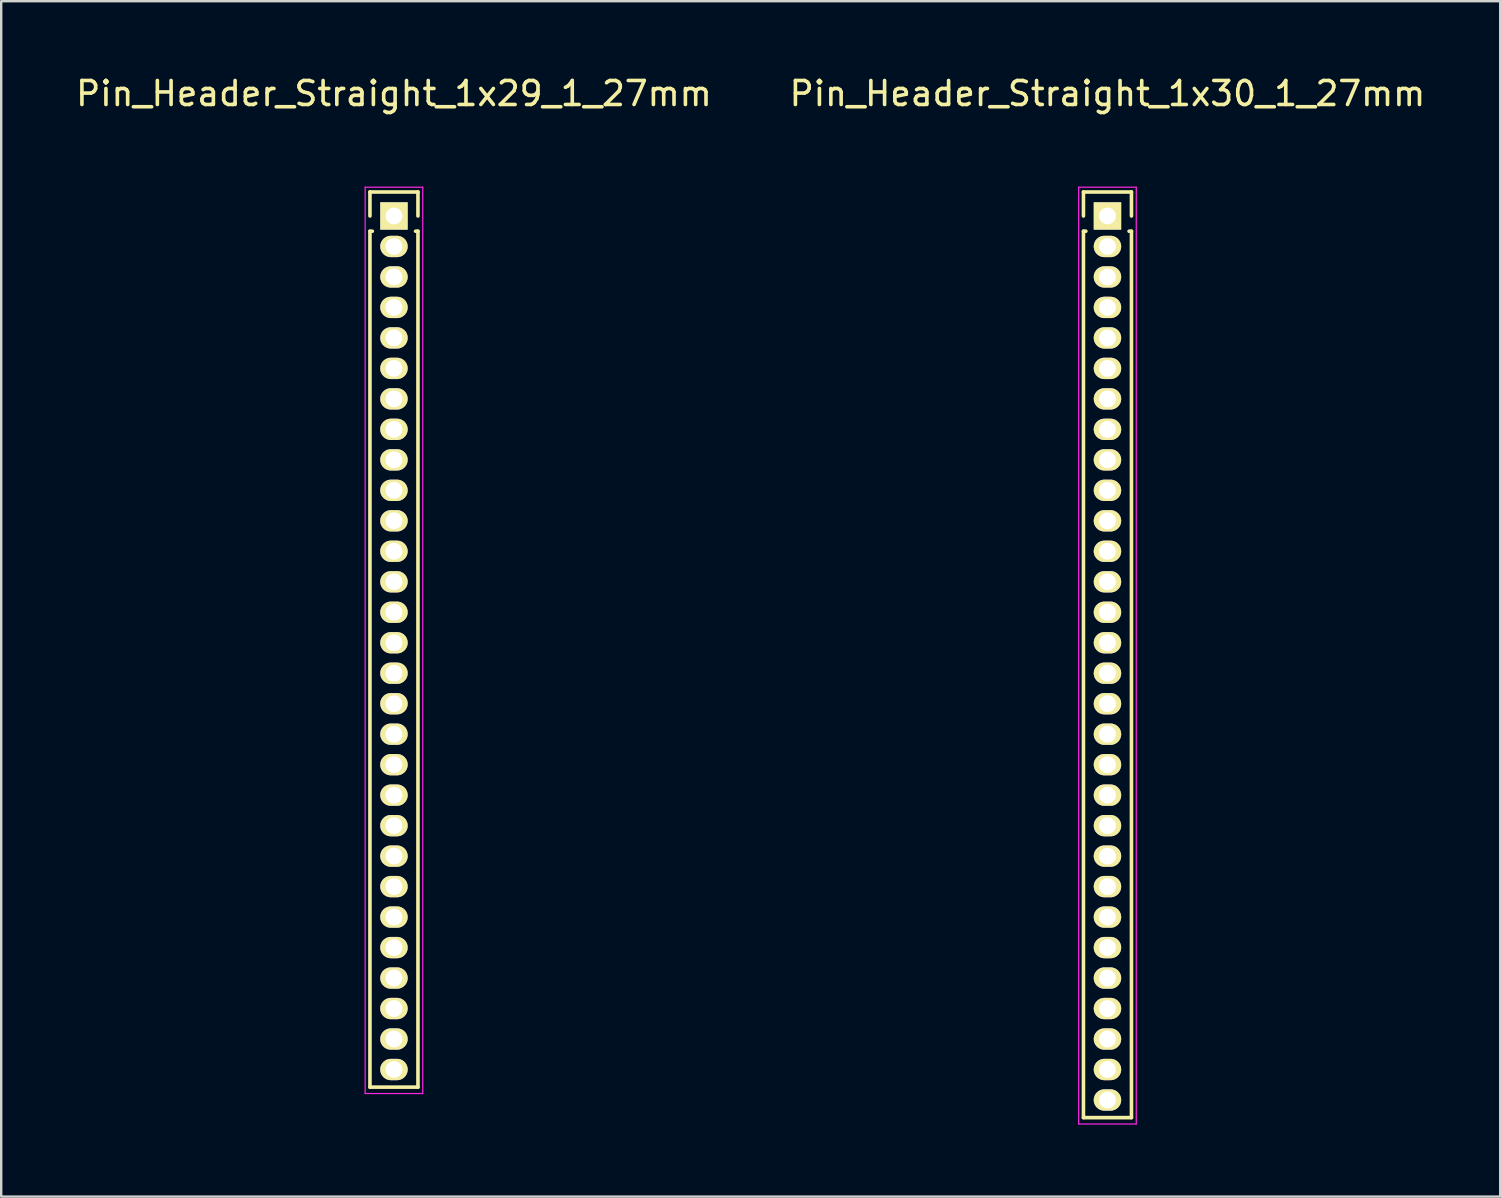
<source format=kicad_pcb>
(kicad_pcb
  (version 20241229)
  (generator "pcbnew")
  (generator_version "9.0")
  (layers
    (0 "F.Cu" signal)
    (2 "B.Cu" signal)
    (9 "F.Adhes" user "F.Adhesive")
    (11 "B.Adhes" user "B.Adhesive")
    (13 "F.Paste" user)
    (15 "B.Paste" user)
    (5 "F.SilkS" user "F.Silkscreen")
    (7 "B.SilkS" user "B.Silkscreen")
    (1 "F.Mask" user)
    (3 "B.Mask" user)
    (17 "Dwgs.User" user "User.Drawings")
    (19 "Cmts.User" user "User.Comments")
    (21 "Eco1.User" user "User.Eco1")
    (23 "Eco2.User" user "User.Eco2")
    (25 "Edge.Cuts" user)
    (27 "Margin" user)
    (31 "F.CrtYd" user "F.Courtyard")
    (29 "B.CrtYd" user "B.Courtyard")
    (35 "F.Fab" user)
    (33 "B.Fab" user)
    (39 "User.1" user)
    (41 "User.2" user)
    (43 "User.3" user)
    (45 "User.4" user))
  (footprint "Pin_Header_Straight_1x29_1_27mm"
    (layer "F.Cu")
    (at 13.363 5.948)
    (property "Reference" "Pin_Header_Straight_1x29_1_27mm" (at 0 -5.1 0) (layer "F.SilkS") (effects (font (size 1 1) (thickness 0.15))))
    (attr through_hole)
    (fp_line (start -1 -1) (end 1 -1) (stroke (width 0.15) (type solid)) (layer "F.SilkS"))
    (fp_line (start -1 0) (end -1 -1) (stroke (width 0.15) (type solid)) (layer "F.SilkS"))
    (fp_line (start -1 0.635) (end -1 36.295) (stroke (width 0.15) (type solid)) (layer "F.SilkS"))
    (fp_line (start -1 36.295) (end 1 36.295) (stroke (width 0.15) (type solid)) (layer "F.SilkS"))
    (fp_line (start -0.9 0.635) (end -1 0.635) (stroke (width 0.15) (type solid)) (layer "F.SilkS"))
    (fp_line (start 0.9 0.635) (end 1 0.635) (stroke (width 0.15) (type solid)) (layer "F.SilkS"))
    (fp_line (start 1 -1) (end 1 0) (stroke (width 0.15) (type solid)) (layer "F.SilkS"))
    (fp_line (start 1 0.635) (end 1 36.295) (stroke (width 0.15) (type solid)) (layer "F.SilkS"))
    (fp_line (start -1.2 -1.2) (end -1.2 36.56) (stroke (width 0.05) (type solid)) (layer "F.CrtYd"))
    (fp_line (start -1.2 -1.2) (end 1.2 -1.2) (stroke (width 0.05) (type solid)) (layer "F.CrtYd"))
    (fp_line (start -1.2 36.56) (end 1.2 36.56) (stroke (width 0.05) (type solid)) (layer "F.CrtYd"))
    (fp_line (start 1.2 -1.2) (end 1.2 36.56) (stroke (width 0.05) (type solid)) (layer "F.CrtYd"))
    (pad "1" thru_hole rect (at 0 0) (size 1.143 1.143) (drill 0.7) (layers "*.Cu" "*.Mask" "F.SilkS"))
    (pad "2" thru_hole oval (at 0 1.27) (size 1.143 0.889) (drill 0.7) (layers "*.Cu" "*.Mask" "F.SilkS"))
    (pad "3" thru_hole oval (at 0 2.54) (size 1.143 0.889) (drill 0.7) (layers "*.Cu" "*.Mask" "F.SilkS"))
    (pad "4" thru_hole oval (at 0 3.81) (size 1.143 0.889) (drill 0.7) (layers "*.Cu" "*.Mask" "F.SilkS"))
    (pad "5" thru_hole oval (at 0 5.08) (size 1.143 0.889) (drill 0.7) (layers "*.Cu" "*.Mask" "F.SilkS"))
    (pad "6" thru_hole oval (at 0 6.35) (size 1.143 0.889) (drill 0.7) (layers "*.Cu" "*.Mask" "F.SilkS"))
    (pad "7" thru_hole oval (at 0 7.62) (size 1.143 0.889) (drill 0.7) (layers "*.Cu" "*.Mask" "F.SilkS"))
    (pad "8" thru_hole oval (at 0 8.89) (size 1.143 0.889) (drill 0.7) (layers "*.Cu" "*.Mask" "F.SilkS"))
    (pad "9" thru_hole oval (at 0 10.16) (size 1.143 0.889) (drill 0.7) (layers "*.Cu" "*.Mask" "F.SilkS"))
    (pad "10" thru_hole oval (at 0 11.43) (size 1.143 0.889) (drill 0.7) (layers "*.Cu" "*.Mask" "F.SilkS"))
    (pad "11" thru_hole oval (at 0 12.7) (size 1.143 0.889) (drill 0.7) (layers "*.Cu" "*.Mask" "F.SilkS"))
    (pad "12" thru_hole oval (at 0 13.97) (size 1.143 0.889) (drill 0.7) (layers "*.Cu" "*.Mask" "F.SilkS"))
    (pad "13" thru_hole oval (at 0 15.24) (size 1.143 0.889) (drill 0.7) (layers "*.Cu" "*.Mask" "F.SilkS"))
    (pad "14" thru_hole oval (at 0 16.51) (size 1.143 0.889) (drill 0.7) (layers "*.Cu" "*.Mask" "F.SilkS"))
    (pad "15" thru_hole oval (at 0 17.78) (size 1.143 0.889) (drill 0.7) (layers "*.Cu" "*.Mask" "F.SilkS"))
    (pad "16" thru_hole oval (at 0 19.05) (size 1.143 0.889) (drill 0.7) (layers "*.Cu" "*.Mask" "F.SilkS"))
    (pad "17" thru_hole oval (at 0 20.32) (size 1.143 0.889) (drill 0.7) (layers "*.Cu" "*.Mask" "F.SilkS"))
    (pad "18" thru_hole oval (at 0 21.59) (size 1.143 0.889) (drill 0.7) (layers "*.Cu" "*.Mask" "F.SilkS"))
    (pad "19" thru_hole oval (at 0 22.86) (size 1.143 0.889) (drill 0.7) (layers "*.Cu" "*.Mask" "F.SilkS"))
    (pad "20" thru_hole oval (at 0 24.13) (size 1.143 0.889) (drill 0.7) (layers "*.Cu" "*.Mask" "F.SilkS"))
    (pad "21" thru_hole oval (at 0 25.4) (size 1.143 0.889) (drill 0.7) (layers "*.Cu" "*.Mask" "F.SilkS"))
    (pad "22" thru_hole oval (at 0 26.67) (size 1.143 0.889) (drill 0.7) (layers "*.Cu" "*.Mask" "F.SilkS"))
    (pad "23" thru_hole oval (at 0 27.94) (size 1.143 0.889) (drill 0.7) (layers "*.Cu" "*.Mask" "F.SilkS"))
    (pad "24" thru_hole oval (at 0 29.21) (size 1.143 0.889) (drill 0.7) (layers "*.Cu" "*.Mask" "F.SilkS"))
    (pad "25" thru_hole oval (at 0 30.48) (size 1.143 0.889) (drill 0.7) (layers "*.Cu" "*.Mask" "F.SilkS"))
    (pad "26" thru_hole oval (at 0 31.75) (size 1.143 0.889) (drill 0.7) (layers "*.Cu" "*.Mask" "F.SilkS"))
    (pad "27" thru_hole oval (at 0 33.02) (size 1.143 0.889) (drill 0.7) (layers "*.Cu" "*.Mask" "F.SilkS"))
    (pad "28" thru_hole oval (at 0 34.29) (size 1.143 0.889) (drill 0.7) (layers "*.Cu" "*.Mask" "F.SilkS"))
    (pad "29" thru_hole oval (at 0 35.56) (size 1.143 0.889) (drill 0.7) (layers "*.Cu" "*.Mask" "F.SilkS")))
  (footprint "Pin_Header_Straight_1x30_1_27mm"
    (layer "F.Cu")
    (at 43.089 5.948)
    (property "Reference" "Pin_Header_Straight_1x30_1_27mm" (at 0 -5.1 0) (layer "F.SilkS") (effects (font (size 1 1) (thickness 0.15))))
    (attr through_hole)
    (fp_line (start -1 -1) (end 1 -1) (stroke (width 0.15) (type solid)) (layer "F.SilkS"))
    (fp_line (start -1 0) (end -1 -1) (stroke (width 0.15) (type solid)) (layer "F.SilkS"))
    (fp_line (start -1 0.635) (end -1 37.565) (stroke (width 0.15) (type solid)) (layer "F.SilkS"))
    (fp_line (start -1 37.565) (end 1 37.565) (stroke (width 0.15) (type solid)) (layer "F.SilkS"))
    (fp_line (start -0.9 0.635) (end -1 0.635) (stroke (width 0.15) (type solid)) (layer "F.SilkS"))
    (fp_line (start 0.9 0.635) (end 1 0.635) (stroke (width 0.15) (type solid)) (layer "F.SilkS"))
    (fp_line (start 1 -1) (end 1 0) (stroke (width 0.15) (type solid)) (layer "F.SilkS"))
    (fp_line (start 1 0.635) (end 1 37.565) (stroke (width 0.15) (type solid)) (layer "F.SilkS"))
    (fp_line (start -1.2 -1.2) (end -1.2 37.83) (stroke (width 0.05) (type solid)) (layer "F.CrtYd"))
    (fp_line (start -1.2 -1.2) (end 1.2 -1.2) (stroke (width 0.05) (type solid)) (layer "F.CrtYd"))
    (fp_line (start -1.2 37.83) (end 1.2 37.83) (stroke (width 0.05) (type solid)) (layer "F.CrtYd"))
    (fp_line (start 1.2 -1.2) (end 1.2 37.83) (stroke (width 0.05) (type solid)) (layer "F.CrtYd"))
    (pad "1" thru_hole rect (at 0 0) (size 1.143 1.143) (drill 0.7) (layers "*.Cu" "*.Mask" "F.SilkS"))
    (pad "2" thru_hole oval (at 0 1.27) (size 1.143 0.889) (drill 0.7) (layers "*.Cu" "*.Mask" "F.SilkS"))
    (pad "3" thru_hole oval (at 0 2.54) (size 1.143 0.889) (drill 0.7) (layers "*.Cu" "*.Mask" "F.SilkS"))
    (pad "4" thru_hole oval (at 0 3.81) (size 1.143 0.889) (drill 0.7) (layers "*.Cu" "*.Mask" "F.SilkS"))
    (pad "5" thru_hole oval (at 0 5.08) (size 1.143 0.889) (drill 0.7) (layers "*.Cu" "*.Mask" "F.SilkS"))
    (pad "6" thru_hole oval (at 0 6.35) (size 1.143 0.889) (drill 0.7) (layers "*.Cu" "*.Mask" "F.SilkS"))
    (pad "7" thru_hole oval (at 0 7.62) (size 1.143 0.889) (drill 0.7) (layers "*.Cu" "*.Mask" "F.SilkS"))
    (pad "8" thru_hole oval (at 0 8.89) (size 1.143 0.889) (drill 0.7) (layers "*.Cu" "*.Mask" "F.SilkS"))
    (pad "9" thru_hole oval (at 0 10.16) (size 1.143 0.889) (drill 0.7) (layers "*.Cu" "*.Mask" "F.SilkS"))
    (pad "10" thru_hole oval (at 0 11.43) (size 1.143 0.889) (drill 0.7) (layers "*.Cu" "*.Mask" "F.SilkS"))
    (pad "11" thru_hole oval (at 0 12.7) (size 1.143 0.889) (drill 0.7) (layers "*.Cu" "*.Mask" "F.SilkS"))
    (pad "12" thru_hole oval (at 0 13.97) (size 1.143 0.889) (drill 0.7) (layers "*.Cu" "*.Mask" "F.SilkS"))
    (pad "13" thru_hole oval (at 0 15.24) (size 1.143 0.889) (drill 0.7) (layers "*.Cu" "*.Mask" "F.SilkS"))
    (pad "14" thru_hole oval (at 0 16.51) (size 1.143 0.889) (drill 0.7) (layers "*.Cu" "*.Mask" "F.SilkS"))
    (pad "15" thru_hole oval (at 0 17.78) (size 1.143 0.889) (drill 0.7) (layers "*.Cu" "*.Mask" "F.SilkS"))
    (pad "16" thru_hole oval (at 0 19.05) (size 1.143 0.889) (drill 0.7) (layers "*.Cu" "*.Mask" "F.SilkS"))
    (pad "17" thru_hole oval (at 0 20.32) (size 1.143 0.889) (drill 0.7) (layers "*.Cu" "*.Mask" "F.SilkS"))
    (pad "18" thru_hole oval (at 0 21.59) (size 1.143 0.889) (drill 0.7) (layers "*.Cu" "*.Mask" "F.SilkS"))
    (pad "19" thru_hole oval (at 0 22.86) (size 1.143 0.889) (drill 0.7) (layers "*.Cu" "*.Mask" "F.SilkS"))
    (pad "20" thru_hole oval (at 0 24.13) (size 1.143 0.889) (drill 0.7) (layers "*.Cu" "*.Mask" "F.SilkS"))
    (pad "21" thru_hole oval (at 0 25.4) (size 1.143 0.889) (drill 0.7) (layers "*.Cu" "*.Mask" "F.SilkS"))
    (pad "22" thru_hole oval (at 0 26.67) (size 1.143 0.889) (drill 0.7) (layers "*.Cu" "*.Mask" "F.SilkS"))
    (pad "23" thru_hole oval (at 0 27.94) (size 1.143 0.889) (drill 0.7) (layers "*.Cu" "*.Mask" "F.SilkS"))
    (pad "24" thru_hole oval (at 0 29.21) (size 1.143 0.889) (drill 0.7) (layers "*.Cu" "*.Mask" "F.SilkS"))
    (pad "25" thru_hole oval (at 0 30.48) (size 1.143 0.889) (drill 0.7) (layers "*.Cu" "*.Mask" "F.SilkS"))
    (pad "26" thru_hole oval (at 0 31.75) (size 1.143 0.889) (drill 0.7) (layers "*.Cu" "*.Mask" "F.SilkS"))
    (pad "27" thru_hole oval (at 0 33.02) (size 1.143 0.889) (drill 0.7) (layers "*.Cu" "*.Mask" "F.SilkS"))
    (pad "28" thru_hole oval (at 0 34.29) (size 1.143 0.889) (drill 0.7) (layers "*.Cu" "*.Mask" "F.SilkS"))
    (pad "29" thru_hole oval (at 0 35.56) (size 1.143 0.889) (drill 0.7) (layers "*.Cu" "*.Mask" "F.SilkS"))
    (pad "30" thru_hole oval (at 0 36.83) (size 1.143 0.889) (drill 0.7) (layers "*.Cu" "*.Mask" "F.SilkS")))
  (gr_rect
    (start -3 -3)
    (end 59.452 46.803)
    (stroke (width 0.1) (type default))
    (fill no)
    (layer "Edge.Cuts")))
</source>
